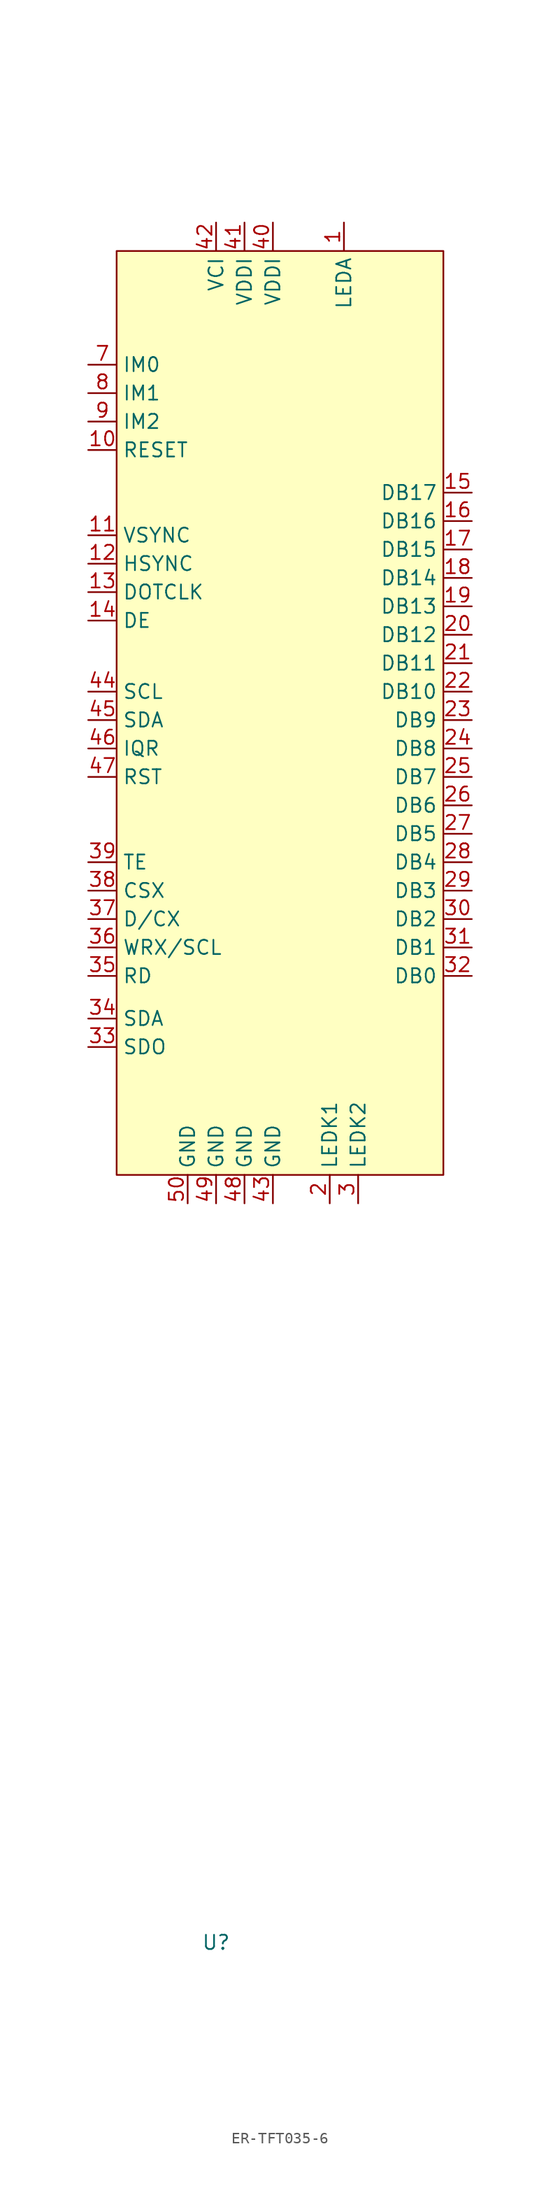
<source format=kicad_sym>
(kicad_symbol_lib
  (version 20241209)
  (generator "kicad_symbol_editor")
  (generator_version "9.0")
  (symbol "ER-TFT035-6"
    (property "Reference" "U"
      (at 0 0 0)
      (effects (font (size 1.27 1.27))))
    (property "Value" ""
      (at 0 0 0)
      (effects (font (size 1.27 1.27))))
    (symbol "ER-TFT035-6_1_0"
      (pin input line (at -11.43 140.97 0) (length 2.54) (name "IM0" (effects (font (size 1.27 1.27)))) (number "7" (effects (font (size 1.27 1.27)))))
      (pin input line (at -11.43 138.43 0) (length 2.54) (name "IM1" (effects (font (size 1.27 1.27)))) (number "8" (effects (font (size 1.27 1.27)))))
      (pin input line (at -11.43 135.89 0) (length 2.54) (name "IM2" (effects (font (size 1.27 1.27)))) (number "9" (effects (font (size 1.27 1.27)))))
      (pin input line (at -11.43 133.35 0) (length 2.54) (name "RESET" (effects (font (size 1.27 1.27)))) (number "10" (effects (font (size 1.27 1.27)))))
      (pin input line (at -11.43 125.73 0) (length 2.54) (name "VSYNC" (effects (font (size 1.27 1.27)))) (number "11" (effects (font (size 1.27 1.27)))))
      (pin input line (at -11.43 123.19 0) (length 2.54) (name "HSYNC" (effects (font (size 1.27 1.27)))) (number "12" (effects (font (size 1.27 1.27)))))
      (pin input line (at -11.43 120.65 0) (length 2.54) (name "DOTCLK" (effects (font (size 1.27 1.27)))) (number "13" (effects (font (size 1.27 1.27)))))
      (pin input line (at -11.43 118.11 0) (length 2.54) (name "DE" (effects (font (size 1.27 1.27)))) (number "14" (effects (font (size 1.27 1.27)))))
      (pin input line (at -11.43 111.76 0) (length 2.54) (name "SCL" (effects (font (size 1.27 1.27)))) (number "44" (effects (font (size 1.27 1.27)))))
      (pin input line (at -11.43 109.22 0) (length 2.54) (name "SDA" (effects (font (size 1.27 1.27)))) (number "45" (effects (font (size 1.27 1.27)))))
      (pin input line (at -11.43 106.68 0) (length 2.54) (name "IQR" (effects (font (size 1.27 1.27)))) (number "46" (effects (font (size 1.27 1.27)))))
      (pin input line (at -11.43 104.14 0) (length 2.54) (name "RST" (effects (font (size 1.27 1.27)))) (number "47" (effects (font (size 1.27 1.27)))))
      (pin input line (at -11.43 96.52 0) (length 2.54) (name "TE" (effects (font (size 1.27 1.27)))) (number "39" (effects (font (size 1.27 1.27)))))
      (pin input line (at -11.43 93.98 0) (length 2.54) (name "CSX" (effects (font (size 1.27 1.27)))) (number "38" (effects (font (size 1.27 1.27)))))
      (pin input line (at -11.43 91.44 0) (length 2.54) (name "D/CX" (effects (font (size 1.27 1.27)))) (number "37" (effects (font (size 1.27 1.27)))))
      (pin input line (at -11.43 88.9 0) (length 2.54) (name "WRX/SCL" (effects (font (size 1.27 1.27)))) (number "36" (effects (font (size 1.27 1.27)))))
      (pin input line (at -11.43 86.36 0) (length 2.54) (name "RD" (effects (font (size 1.27 1.27)))) (number "35" (effects (font (size 1.27 1.27)))))
      (pin input line (at -11.43 82.55 0) (length 2.54) (name "SDA" (effects (font (size 1.27 1.27)))) (number "34" (effects (font (size 1.27 1.27)))))
      (pin input line (at -11.43 80.01 0) (length 2.54) (name "SDO" (effects (font (size 1.27 1.27)))) (number "33" (effects (font (size 1.27 1.27)))))
      (pin input line (at -2.54 66.04 90) (length 2.54) (name "GND" (effects (font (size 1.27 1.27)))) (number "50" (effects (font (size 1.27 1.27)))))
      (pin input line (at 0 153.67 270) (length 2.54) (name "VCI" (effects (font (size 1.27 1.27)))) (number "42" (effects (font (size 1.27 1.27)))))
      (pin input line (at 0 66.04 90) (length 2.54) (name "GND" (effects (font (size 1.27 1.27)))) (number "49" (effects (font (size 1.27 1.27)))))
      (pin input line (at 2.54 153.67 270) (length 2.54) (name "VDDI" (effects (font (size 1.27 1.27)))) (number "41" (effects (font (size 1.27 1.27)))))
      (pin input line (at 2.54 66.04 90) (length 2.54) (name "GND" (effects (font (size 1.27 1.27)))) (number "48" (effects (font (size 1.27 1.27)))))
      (pin input line (at 5.08 153.67 270) (length 2.54) (name "VDDI" (effects (font (size 1.27 1.27)))) (number "40" (effects (font (size 1.27 1.27)))))
      (pin input line (at 5.08 66.04 90) (length 2.54) (name "GND" (effects (font (size 1.27 1.27)))) (number "43" (effects (font (size 1.27 1.27)))))
      (pin output line (at 12.7 66.04 90) (length 2.54) (name "LEDK2" (effects (font (size 1.27 1.27)))) (number "3" (effects (font (size 1.27 1.27)))))
      (pin no_connect line (at 22.86 143.51 180) (length 2.54) (hide yes) (name "NC" (effects (font (size 1.27 1.27)))) (number "6" (effects (font (size 1.27 1.27)))))
      (pin no_connect line (at 22.86 140.97 180) (length 2.54) (hide yes) (name "NC" (effects (font (size 1.27 1.27)))) (number "5" (effects (font (size 1.27 1.27)))))
      (pin no_connect line (at 22.86 138.43 180) (length 2.54) (hide yes) (name "NC" (effects (font (size 1.27 1.27)))) (number "4" (effects (font (size 1.27 1.27)))))
      (pin input line (at 22.86 129.54 180) (length 2.54) (name "DB17" (effects (font (size 1.27 1.27)))) (number "15" (effects (font (size 1.27 1.27)))))
      (pin input line (at 22.86 127 180) (length 2.54) (name "DB16" (effects (font (size 1.27 1.27)))) (number "16" (effects (font (size 1.27 1.27)))))
      (pin input line (at 22.86 124.46 180) (length 2.54) (name "DB15" (effects (font (size 1.27 1.27)))) (number "17" (effects (font (size 1.27 1.27)))))
      (pin input line (at 22.86 121.92 180) (length 2.54) (name "DB14" (effects (font (size 1.27 1.27)))) (number "18" (effects (font (size 1.27 1.27)))))
      (pin input line (at 22.86 119.38 180) (length 2.54) (name "DB13" (effects (font (size 1.27 1.27)))) (number "19" (effects (font (size 1.27 1.27)))))
      (pin input line (at 22.86 116.84 180) (length 2.54) (name "DB12" (effects (font (size 1.27 1.27)))) (number "20" (effects (font (size 1.27 1.27)))))
      (pin input line (at 22.86 114.3 180) (length 2.54) (name "DB11" (effects (font (size 1.27 1.27)))) (number "21" (effects (font (size 1.27 1.27)))))
      (pin input line (at 22.86 111.76 180) (length 2.54) (name "DB10" (effects (font (size 1.27 1.27)))) (number "22" (effects (font (size 1.27 1.27)))))
      (pin input line (at 22.86 109.22 180) (length 2.54) (name "DB9" (effects (font (size 1.27 1.27)))) (number "23" (effects (font (size 1.27 1.27)))))
      (pin input line (at 22.86 106.68 180) (length 2.54) (name "DB8" (effects (font (size 1.27 1.27)))) (number "24" (effects (font (size 1.27 1.27)))))
      (pin input line (at 22.86 104.14 180) (length 2.54) (name "DB7" (effects (font (size 1.27 1.27)))) (number "25" (effects (font (size 1.27 1.27)))))
      (pin input line (at 22.86 101.6 180) (length 2.54) (name "DB6" (effects (font (size 1.27 1.27)))) (number "26" (effects (font (size 1.27 1.27)))))
      (pin input line (at 22.86 99.06 180) (length 2.54) (name "DB5" (effects (font (size 1.27 1.27)))) (number "27" (effects (font (size 1.27 1.27)))))
      (pin input line (at 22.86 96.52 180) (length 2.54) (name "DB4" (effects (font (size 1.27 1.27)))) (number "28" (effects (font (size 1.27 1.27)))))
      (pin input line (at 22.86 93.98 180) (length 2.54) (name "DB3" (effects (font (size 1.27 1.27)))) (number "29" (effects (font (size 1.27 1.27)))))
      (pin input line (at 22.86 91.44 180) (length 2.54) (name "DB2" (effects (font (size 1.27 1.27)))) (number "30" (effects (font (size 1.27 1.27)))))
      (pin input line (at 22.86 88.9 180) (length 2.54) (name "DB1" (effects (font (size 1.27 1.27)))) (number "31" (effects (font (size 1.27 1.27)))))
      (pin input line (at 22.86 86.36 180) (length 2.54) (name "DB0" (effects (font (size 1.27 1.27)))) (number "32" (effects (font (size 1.27 1.27))))))
    (symbol "ER-TFT035-6_1_1"
      (rectangle (start -8.89 151.13) (end 20.32 68.58) (stroke (width 0) (type solid)) (fill (type background)))
      (pin output line (at 10.16 66.04 90) (length 2.54) (name "LEDK1" (effects (font (size 1.27 1.27)))) (number "2" (effects (font (size 1.27 1.27)))))
      (pin output line (at 11.43 153.67 270) (length 2.54) (name "LEDA" (effects (font (size 1.27 1.27)))) (number "1" (effects (font (size 1.27 1.27))))))))
</source>
